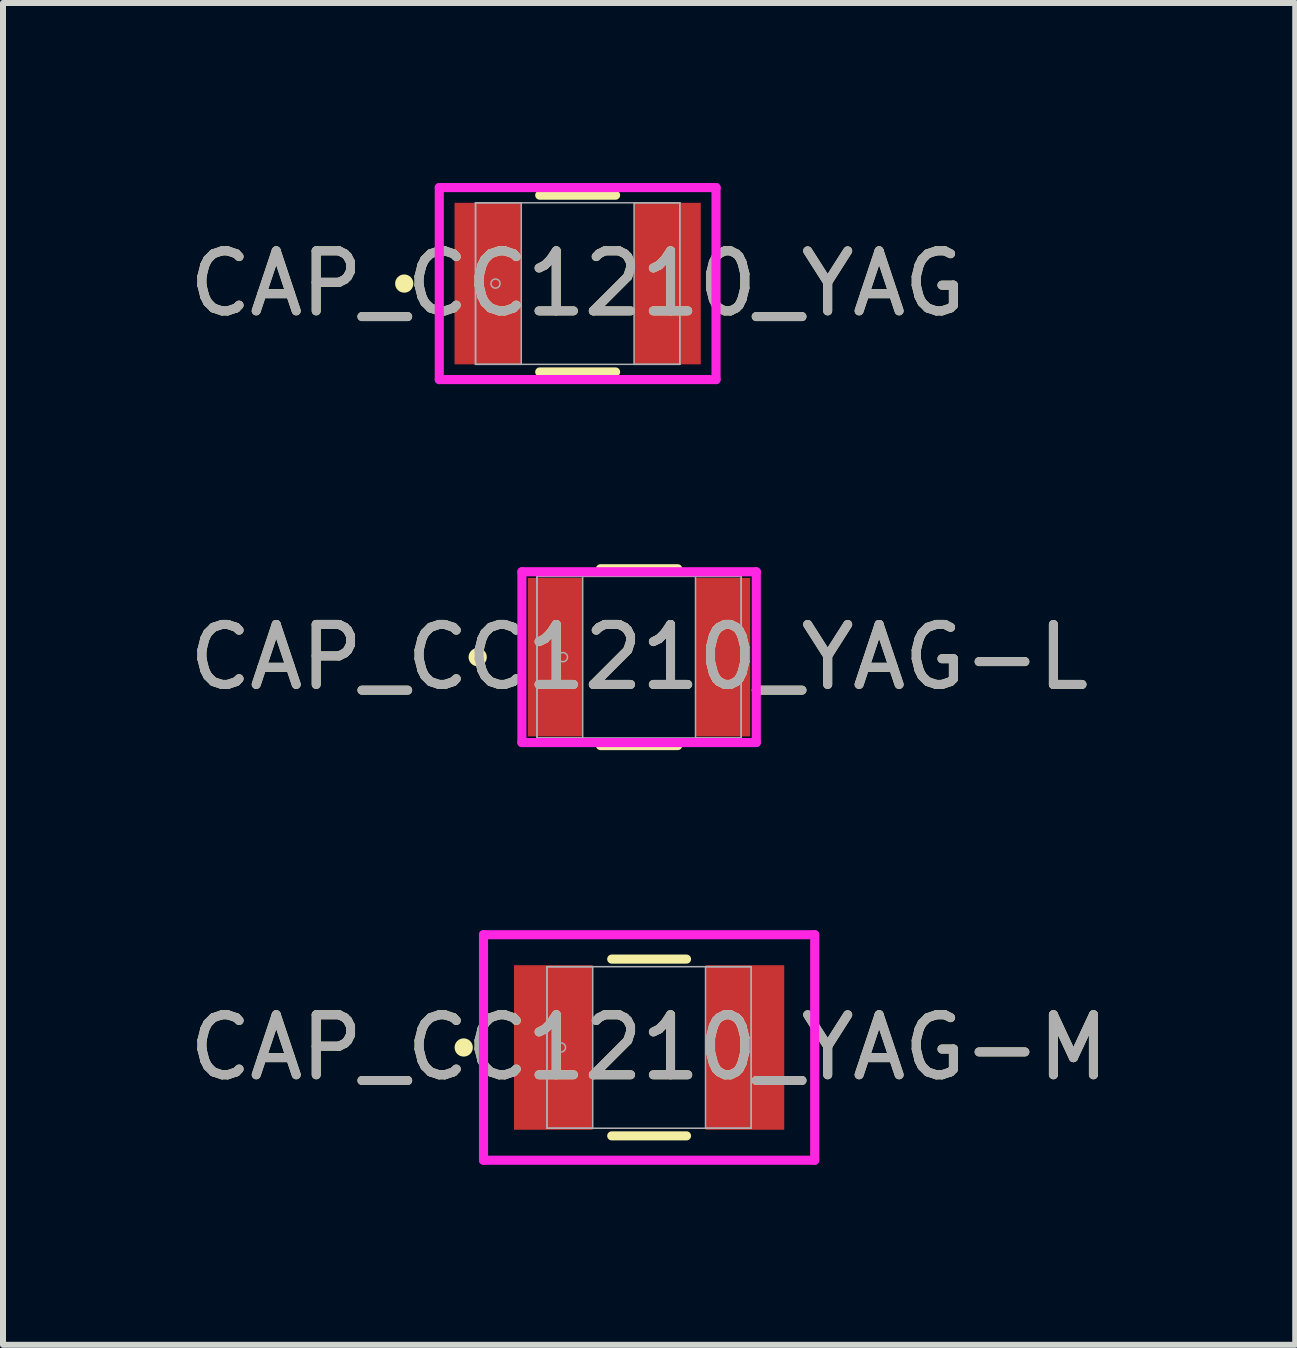
<source format=kicad_pcb>
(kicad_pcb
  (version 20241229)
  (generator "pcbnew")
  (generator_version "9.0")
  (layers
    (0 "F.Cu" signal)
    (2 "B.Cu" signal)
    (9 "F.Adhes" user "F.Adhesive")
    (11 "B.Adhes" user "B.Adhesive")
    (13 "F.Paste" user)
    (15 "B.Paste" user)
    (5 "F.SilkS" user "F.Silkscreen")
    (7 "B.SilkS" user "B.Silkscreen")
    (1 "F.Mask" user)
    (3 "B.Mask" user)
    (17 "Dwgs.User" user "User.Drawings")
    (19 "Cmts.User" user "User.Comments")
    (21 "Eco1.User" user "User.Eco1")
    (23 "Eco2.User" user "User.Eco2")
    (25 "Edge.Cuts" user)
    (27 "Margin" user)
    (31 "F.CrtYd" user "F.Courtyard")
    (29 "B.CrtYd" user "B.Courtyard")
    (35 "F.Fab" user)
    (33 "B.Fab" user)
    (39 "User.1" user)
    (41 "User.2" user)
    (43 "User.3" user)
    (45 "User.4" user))
  (footprint "CAP_CC1210_YAG"
    (layer "F.Cu")
    (at 6.577 1.676)
    (property "Reference" "CAP_CC1210_YAG" (at 0 0 0) (unlocked yes) (layer "F.SilkS") (effects (font (size 1 1) (thickness 0.15))))
    (attr smd)
    (fp_line (start -0.632 1.473) (end 0.632 1.473) (stroke (width 0.152) (type solid)) (layer "F.SilkS"))
    (fp_line (start 0.632 -1.473) (end -0.632 -1.473) (stroke (width 0.152) (type solid)) (layer "F.SilkS"))
    (fp_circle (center -2.89 0) (end -2.814 0) (stroke (width 0.152) (type solid)) (fill no) (layer "F.SilkS"))
    (fp_line (start -2.306 -1.6) (end 2.306 -1.6) (stroke (width 0.152) (type solid)) (layer "F.CrtYd"))
    (fp_line (start -2.306 1.6) (end -2.306 -1.6) (stroke (width 0.152) (type solid)) (layer "F.CrtYd"))
    (fp_line (start 2.306 -1.6) (end 2.306 1.6) (stroke (width 0.152) (type solid)) (layer "F.CrtYd"))
    (fp_line (start 2.306 1.6) (end -2.306 1.6) (stroke (width 0.152) (type solid)) (layer "F.CrtYd"))
    (fp_line (start -1.702 -1.346) (end -1.702 1.346) (stroke (width 0.025) (type solid)) (layer "F.Fab"))
    (fp_line (start -1.702 -1.346) (end -1.702 1.346) (stroke (width 0.025) (type solid)) (layer "F.Fab"))
    (fp_line (start -1.702 1.346) (end -0.94 1.346) (stroke (width 0.025) (type solid)) (layer "F.Fab"))
    (fp_line (start -1.702 1.346) (end 1.702 1.346) (stroke (width 0.025) (type solid)) (layer "F.Fab"))
    (fp_line (start -0.94 -1.346) (end -1.702 -1.346) (stroke (width 0.025) (type solid)) (layer "F.Fab"))
    (fp_line (start -0.94 1.346) (end -0.94 -1.346) (stroke (width 0.025) (type solid)) (layer "F.Fab"))
    (fp_line (start 0.94 -1.346) (end 0.94 1.346) (stroke (width 0.025) (type solid)) (layer "F.Fab"))
    (fp_line (start 0.94 1.346) (end 1.702 1.346) (stroke (width 0.025) (type solid)) (layer "F.Fab"))
    (fp_line (start 1.702 -1.346) (end -1.702 -1.346) (stroke (width 0.025) (type solid)) (layer "F.Fab"))
    (fp_line (start 1.702 -1.346) (end 0.94 -1.346) (stroke (width 0.025) (type solid)) (layer "F.Fab"))
    (fp_line (start 1.702 1.346) (end 1.702 -1.346) (stroke (width 0.025) (type solid)) (layer "F.Fab"))
    (fp_line (start 1.702 1.346) (end 1.702 -1.346) (stroke (width 0.025) (type solid)) (layer "F.Fab"))
    (fp_circle (center -1.369 0) (end -1.293 0) (stroke (width 0.025) (type solid)) (fill no) (layer "F.Fab"))
    (fp_text user "${REFERENCE}" (at 0 0 0) (unlocked yes) (layer "F.Fab") (effects (font (size 1 1) (thickness 0.15))))
    (pad "1" smd rect (at -1.496 0) (size 1.112 2.692) (layers "F.Cu" "F.Mask" "F.Paste"))
    (pad "2" smd rect (at 1.496 0) (size 1.112 2.692) (layers "F.Cu" "F.Mask" "F.Paste"))
    (zone (net_name "") (layer "F.Cu") (hatch full 0.508) (connect_pads) (min_thickness 0.254) (filled_areas_thickness no) (keepout (tracks not_allowed) (vias not_allowed) (pads allowed) (copperpour not_allowed) (footprints allowed)) (placement (enabled no)) (fill) (polygon (pts (xy 5.688 0.381) (xy 7.466 0.381) (xy 7.466 2.972) (xy 5.688 2.972)))))
  (footprint "CAP_CC1210_YAG-L"
    (layer "F.Cu")
    (at 7.601 7.902)
    (property "Reference" "CAP_CC1210_YAG-L" (at 0 0 0) (unlocked yes) (layer "F.SilkS") (effects (font (size 1 1) (thickness 0.15))))
    (attr smd)
    (fp_line (start -0.644 1.473) (end 0.644 1.473) (stroke (width 0.152) (type solid)) (layer "F.SilkS"))
    (fp_line (start 0.644 -1.473) (end -0.644 -1.473) (stroke (width 0.152) (type solid)) (layer "F.SilkS"))
    (fp_circle (center -2.69 0) (end -2.614 0) (stroke (width 0.152) (type solid)) (fill no) (layer "F.SilkS"))
    (fp_line (start -1.953 -1.423) (end 1.953 -1.423) (stroke (width 0.152) (type solid)) (layer "F.CrtYd"))
    (fp_line (start -1.953 1.423) (end -1.953 -1.423) (stroke (width 0.152) (type solid)) (layer "F.CrtYd"))
    (fp_line (start 1.953 -1.423) (end 1.953 1.423) (stroke (width 0.152) (type solid)) (layer "F.CrtYd"))
    (fp_line (start 1.953 1.423) (end -1.953 1.423) (stroke (width 0.152) (type solid)) (layer "F.CrtYd"))
    (fp_line (start -1.702 -1.346) (end -1.702 1.346) (stroke (width 0.025) (type solid)) (layer "F.Fab"))
    (fp_line (start -1.702 -1.346) (end -1.702 1.346) (stroke (width 0.025) (type solid)) (layer "F.Fab"))
    (fp_line (start -1.702 1.346) (end -0.94 1.346) (stroke (width 0.025) (type solid)) (layer "F.Fab"))
    (fp_line (start -1.702 1.346) (end 1.702 1.346) (stroke (width 0.025) (type solid)) (layer "F.Fab"))
    (fp_line (start -0.94 -1.346) (end -1.702 -1.346) (stroke (width 0.025) (type solid)) (layer "F.Fab"))
    (fp_line (start -0.94 1.346) (end -0.94 -1.346) (stroke (width 0.025) (type solid)) (layer "F.Fab"))
    (fp_line (start 0.94 -1.346) (end 0.94 1.346) (stroke (width 0.025) (type solid)) (layer "F.Fab"))
    (fp_line (start 0.94 1.346) (end 1.702 1.346) (stroke (width 0.025) (type solid)) (layer "F.Fab"))
    (fp_line (start 1.702 -1.346) (end -1.702 -1.346) (stroke (width 0.025) (type solid)) (layer "F.Fab"))
    (fp_line (start 1.702 -1.346) (end 0.94 -1.346) (stroke (width 0.025) (type solid)) (layer "F.Fab"))
    (fp_line (start 1.702 1.346) (end 1.702 -1.346) (stroke (width 0.025) (type solid)) (layer "F.Fab"))
    (fp_line (start 1.702 1.346) (end 1.702 -1.346) (stroke (width 0.025) (type solid)) (layer "F.Fab"))
    (fp_circle (center -1.269 0) (end -1.193 0) (stroke (width 0.025) (type solid)) (fill no) (layer "F.Fab"))
    (fp_text user "${REFERENCE}" (at 0 0 0) (unlocked yes) (layer "F.Fab") (effects (font (size 1 1) (thickness 0.15))))
    (pad "1" smd rect (at -1.396 0) (size 0.912 2.642) (layers "F.Cu" "F.Mask" "F.Paste"))
    (pad "2" smd rect (at 1.396 0) (size 0.912 2.642) (layers "F.Cu" "F.Mask" "F.Paste"))
    (zone (net_name "") (layer "F.Cu") (hatch full 0.508) (connect_pads) (min_thickness 0.254) (filled_areas_thickness no) (keepout (tracks not_allowed) (vias not_allowed) (pads allowed) (copperpour not_allowed) (footprints allowed)) (placement (enabled no)) (fill) (polygon (pts (xy 6.712 6.607) (xy 8.49 6.607) (xy 8.49 9.198) (xy 6.712 9.198)))))
  (footprint "CAP_CC1210_YAG-M"
    (layer "F.Cu")
    (at 7.768 14.407)
    (property "Reference" "CAP_CC1210_YAG-M" (at 0 0 0) (unlocked yes) (layer "F.SilkS") (effects (font (size 1 1) (thickness 0.15))))
    (attr smd)
    (fp_line (start -0.623 1.473) (end 0.623 1.473) (stroke (width 0.152) (type solid)) (layer "F.SilkS"))
    (fp_line (start 0.623 -1.473) (end -0.623 -1.473) (stroke (width 0.152) (type solid)) (layer "F.SilkS"))
    (fp_circle (center -3.09 0) (end -3.014 0) (stroke (width 0.152) (type solid)) (fill no) (layer "F.SilkS"))
    (fp_line (start -2.76 -1.879) (end 2.76 -1.879) (stroke (width 0.152) (type solid)) (layer "F.CrtYd"))
    (fp_line (start -2.76 1.879) (end -2.76 -1.879) (stroke (width 0.152) (type solid)) (layer "F.CrtYd"))
    (fp_line (start 2.76 -1.879) (end 2.76 1.879) (stroke (width 0.152) (type solid)) (layer "F.CrtYd"))
    (fp_line (start 2.76 1.879) (end -2.76 1.879) (stroke (width 0.152) (type solid)) (layer "F.CrtYd"))
    (fp_line (start -1.702 -1.346) (end -1.702 1.346) (stroke (width 0.025) (type solid)) (layer "F.Fab"))
    (fp_line (start -1.702 -1.346) (end -1.702 1.346) (stroke (width 0.025) (type solid)) (layer "F.Fab"))
    (fp_line (start -1.702 1.346) (end -0.94 1.346) (stroke (width 0.025) (type solid)) (layer "F.Fab"))
    (fp_line (start -1.702 1.346) (end 1.702 1.346) (stroke (width 0.025) (type solid)) (layer "F.Fab"))
    (fp_line (start -0.94 -1.346) (end -1.702 -1.346) (stroke (width 0.025) (type solid)) (layer "F.Fab"))
    (fp_line (start -0.94 1.346) (end -0.94 -1.346) (stroke (width 0.025) (type solid)) (layer "F.Fab"))
    (fp_line (start 0.94 -1.346) (end 0.94 1.346) (stroke (width 0.025) (type solid)) (layer "F.Fab"))
    (fp_line (start 0.94 1.346) (end 1.702 1.346) (stroke (width 0.025) (type solid)) (layer "F.Fab"))
    (fp_line (start 1.702 -1.346) (end -1.702 -1.346) (stroke (width 0.025) (type solid)) (layer "F.Fab"))
    (fp_line (start 1.702 -1.346) (end 0.94 -1.346) (stroke (width 0.025) (type solid)) (layer "F.Fab"))
    (fp_line (start 1.702 1.346) (end 1.702 -1.346) (stroke (width 0.025) (type solid)) (layer "F.Fab"))
    (fp_line (start 1.702 1.346) (end 1.702 -1.346) (stroke (width 0.025) (type solid)) (layer "F.Fab"))
    (fp_circle (center -1.469 0) (end -1.393 0) (stroke (width 0.025) (type solid)) (fill no) (layer "F.Fab"))
    (fp_text user "${REFERENCE}" (at 0 0 0) (unlocked yes) (layer "F.Fab") (effects (font (size 1 1) (thickness 0.15))))
    (pad "1" smd rect (at -1.596 0) (size 1.312 2.742) (layers "F.Cu" "F.Mask" "F.Paste"))
    (pad "2" smd rect (at 1.596 0) (size 1.312 2.742) (layers "F.Cu" "F.Mask" "F.Paste"))
    (zone (net_name "") (layer "F.Cu") (hatch full 0.508) (connect_pads) (min_thickness 0.254) (filled_areas_thickness no) (keepout (tracks not_allowed) (vias not_allowed) (pads allowed) (copperpour not_allowed) (footprints allowed)) (placement (enabled no)) (fill) (polygon (pts (xy 6.879 13.112) (xy 8.657 13.112) (xy 8.657 15.702) (xy 6.879 15.702)))))
  (gr_rect
    (start -3 -3)
    (end 18.536 19.362)
    (stroke (width 0.1) (type default))
    (fill no)
    (layer "Edge.Cuts")))
</source>
